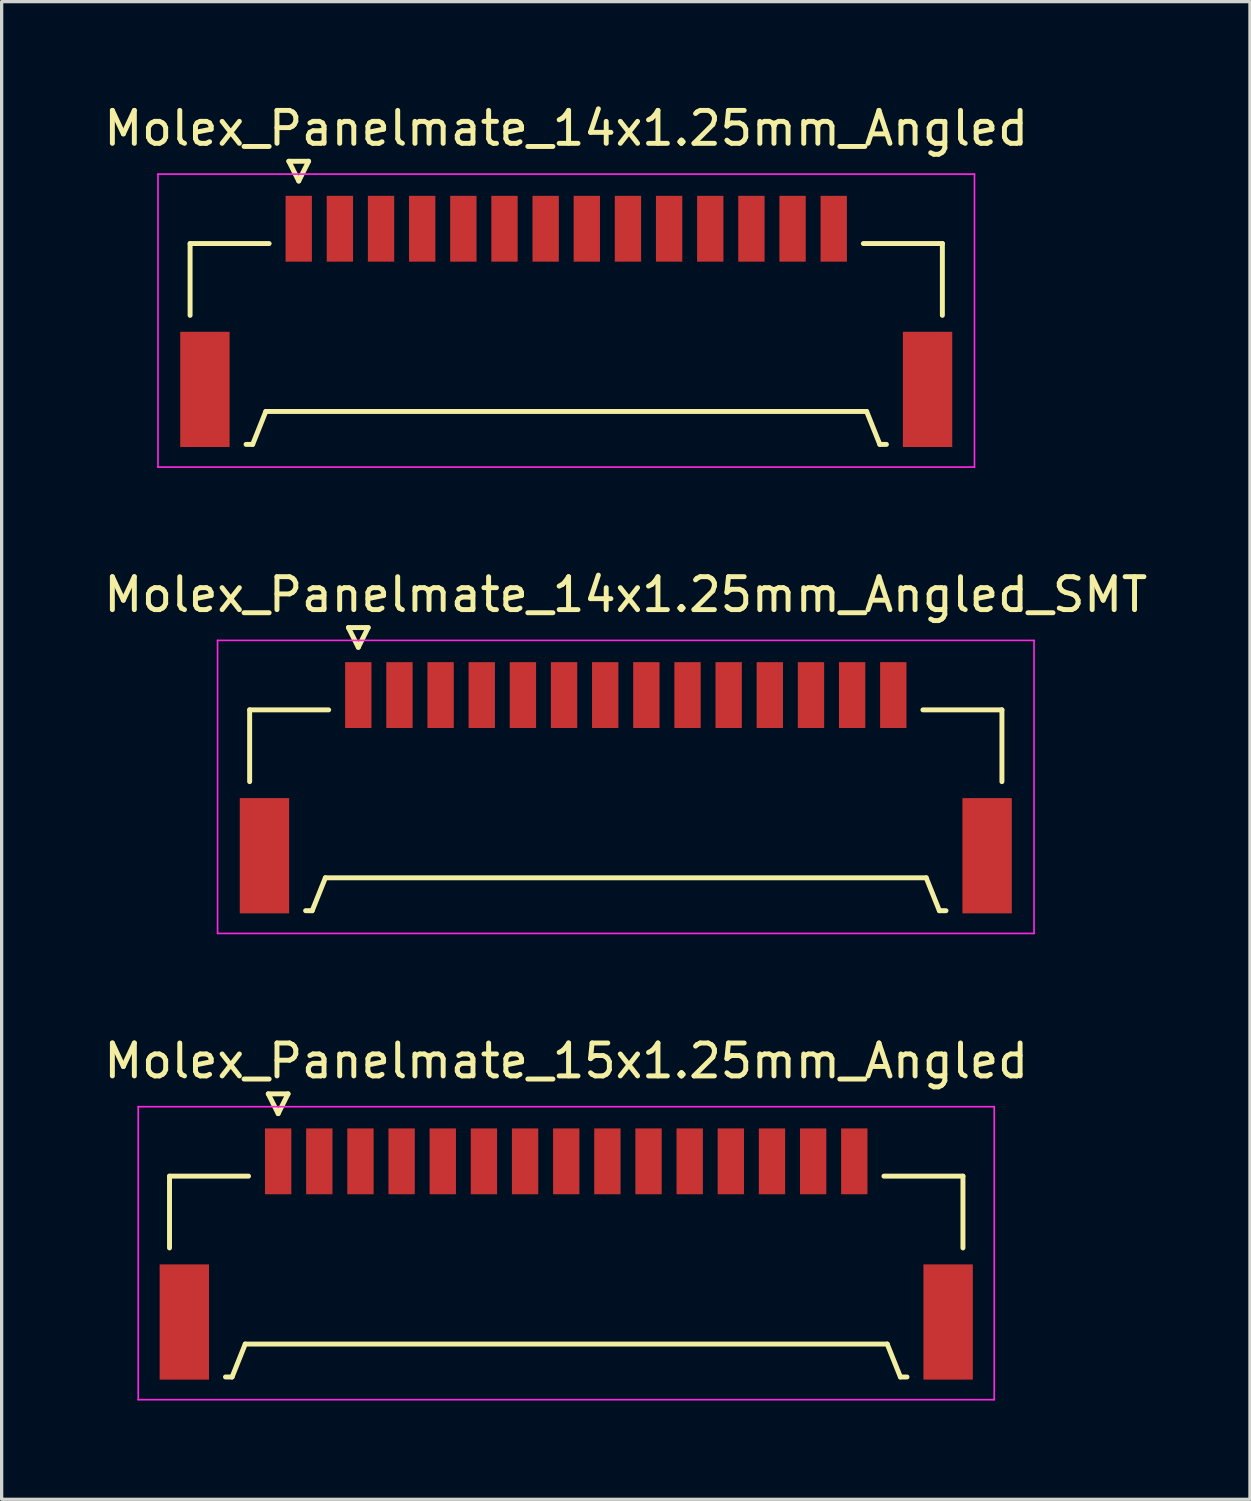
<source format=kicad_pcb>
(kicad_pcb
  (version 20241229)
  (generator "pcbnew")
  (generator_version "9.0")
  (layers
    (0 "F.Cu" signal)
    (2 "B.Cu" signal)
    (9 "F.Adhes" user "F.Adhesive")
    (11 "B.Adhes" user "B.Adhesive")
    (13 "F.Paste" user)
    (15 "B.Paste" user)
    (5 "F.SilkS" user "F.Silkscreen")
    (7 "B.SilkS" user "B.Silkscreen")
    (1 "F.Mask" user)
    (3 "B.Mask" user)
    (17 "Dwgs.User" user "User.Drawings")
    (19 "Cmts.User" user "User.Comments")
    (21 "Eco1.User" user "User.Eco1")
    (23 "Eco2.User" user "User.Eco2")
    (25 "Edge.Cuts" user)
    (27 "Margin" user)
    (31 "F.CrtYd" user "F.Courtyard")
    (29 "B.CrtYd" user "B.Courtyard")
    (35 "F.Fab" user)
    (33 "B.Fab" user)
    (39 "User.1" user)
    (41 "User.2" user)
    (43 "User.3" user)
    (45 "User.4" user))
  (footprint "Molex_Panelmate_15x1.25mm_Angled"
    (layer "F.Cu")
    (at 14.149 34.665)
    (property "Reference" "Molex_Panelmate_15x1.25mm_Angled" (at 0 -5.49 0) (layer "F.SilkS") (effects (font (size 1 1) (thickness 0.15))))
    (attr smd)
    (fp_line (start -12.05 -1.99) (end -12.05 0.19) (stroke (width 0.15) (type solid)) (layer "F.SilkS"))
    (fp_line (start -10.35 4.11) (end -10.15 4.11) (stroke (width 0.15) (type solid)) (layer "F.SilkS"))
    (fp_line (start -10.15 4.11) (end -9.75 3.11) (stroke (width 0.15) (type solid)) (layer "F.SilkS"))
    (fp_line (start -9.75 3.11) (end 9.75 3.11) (stroke (width 0.15) (type solid)) (layer "F.SilkS"))
    (fp_line (start -9.65 -1.99) (end -12.05 -1.99) (stroke (width 0.15) (type solid)) (layer "F.SilkS"))
    (fp_line (start -9.05 -4.49) (end -8.75 -3.89) (stroke (width 0.15) (type solid)) (layer "F.SilkS"))
    (fp_line (start -8.75 -3.89) (end -8.45 -4.49) (stroke (width 0.15) (type solid)) (layer "F.SilkS"))
    (fp_line (start -8.45 -4.49) (end -9.05 -4.49) (stroke (width 0.15) (type solid)) (layer "F.SilkS"))
    (fp_line (start 9.65 -1.99) (end 12.05 -1.99) (stroke (width 0.15) (type solid)) (layer "F.SilkS"))
    (fp_line (start 9.75 3.11) (end 10.15 4.11) (stroke (width 0.15) (type solid)) (layer "F.SilkS"))
    (fp_line (start 10.15 4.11) (end 10.35 4.11) (stroke (width 0.15) (type solid)) (layer "F.SilkS"))
    (fp_line (start 12.05 -1.99) (end 12.05 0.19) (stroke (width 0.15) (type solid)) (layer "F.SilkS"))
    (fp_line (start -13 -4.1) (end -13 4.8) (stroke (width 0.05) (type solid)) (layer "F.CrtYd"))
    (fp_line (start -13 4.8) (end 13 4.8) (stroke (width 0.05) (type solid)) (layer "F.CrtYd"))
    (fp_line (start 13 -4.1) (end -13 -4.1) (stroke (width 0.05) (type solid)) (layer "F.CrtYd"))
    (fp_line (start 13 4.8) (end 13 -4.1) (stroke (width 0.05) (type solid)) (layer "F.CrtYd"))
    (pad "" smd rect (at -11.6 2.44) (size 1.5 3.5) (layers "F.Cu" "F.Mask" "F.Paste"))
    (pad "" smd rect (at 11.6 2.44) (size 1.5 3.5) (layers "F.Cu" "F.Mask" "F.Paste"))
    (pad "1" smd rect (at -8.75 -2.44) (size 0.8 2) (layers "F.Cu" "F.Mask" "F.Paste"))
    (pad "2" smd rect (at -7.5 -2.44) (size 0.8 2) (layers "F.Cu" "F.Mask" "F.Paste"))
    (pad "3" smd rect (at -6.25 -2.44) (size 0.8 2) (layers "F.Cu" "F.Mask" "F.Paste"))
    (pad "4" smd rect (at -5 -2.44) (size 0.8 2) (layers "F.Cu" "F.Mask" "F.Paste"))
    (pad "5" smd rect (at -3.75 -2.44) (size 0.8 2) (layers "F.Cu" "F.Mask" "F.Paste"))
    (pad "6" smd rect (at -2.5 -2.44) (size 0.8 2) (layers "F.Cu" "F.Mask" "F.Paste"))
    (pad "7" smd rect (at -1.25 -2.44) (size 0.8 2) (layers "F.Cu" "F.Mask" "F.Paste"))
    (pad "8" smd rect (at 0 -2.44) (size 0.8 2) (layers "F.Cu" "F.Mask" "F.Paste"))
    (pad "9" smd rect (at 1.25 -2.44) (size 0.8 2) (layers "F.Cu" "F.Mask" "F.Paste"))
    (pad "10" smd rect (at 2.5 -2.44) (size 0.8 2) (layers "F.Cu" "F.Mask" "F.Paste"))
    (pad "11" smd rect (at 3.75 -2.44) (size 0.8 2) (layers "F.Cu" "F.Mask" "F.Paste"))
    (pad "12" smd rect (at 5 -2.44) (size 0.8 2) (layers "F.Cu" "F.Mask" "F.Paste"))
    (pad "13" smd rect (at 6.25 -2.44) (size 0.8 2) (layers "F.Cu" "F.Mask" "F.Paste"))
    (pad "14" smd rect (at 7.5 -2.44) (size 0.8 2) (layers "F.Cu" "F.Mask" "F.Paste"))
    (pad "15" smd rect (at 8.75 -2.44) (size 0.8 2) (layers "F.Cu" "F.Mask" "F.Paste")))
  (footprint "Molex_Panelmate_14x1.25mm_Angled_SMT"
    (layer "F.Cu")
    (at 15.958 20.502)
    (property "Reference" "Molex_Panelmate_14x1.25mm_Angled_SMT" (at 0 -5.49 0) (layer "F.SilkS") (effects (font (size 1 1) (thickness 0.15))))
    (attr smd)
    (fp_line (start -11.425 -1.99) (end -11.425 0.19) (stroke (width 0.15) (type solid)) (layer "F.SilkS"))
    (fp_line (start -9.725 4.11) (end -9.525 4.11) (stroke (width 0.15) (type solid)) (layer "F.SilkS"))
    (fp_line (start -9.525 4.11) (end -9.125 3.11) (stroke (width 0.15) (type solid)) (layer "F.SilkS"))
    (fp_line (start -9.125 3.11) (end 9.125 3.11) (stroke (width 0.15) (type solid)) (layer "F.SilkS"))
    (fp_line (start -9.025 -1.99) (end -11.425 -1.99) (stroke (width 0.15) (type solid)) (layer "F.SilkS"))
    (fp_line (start -8.425 -4.49) (end -8.125 -3.89) (stroke (width 0.15) (type solid)) (layer "F.SilkS"))
    (fp_line (start -8.125 -3.89) (end -7.825 -4.49) (stroke (width 0.15) (type solid)) (layer "F.SilkS"))
    (fp_line (start -7.825 -4.49) (end -8.425 -4.49) (stroke (width 0.15) (type solid)) (layer "F.SilkS"))
    (fp_line (start 9.025 -1.99) (end 11.425 -1.99) (stroke (width 0.15) (type solid)) (layer "F.SilkS"))
    (fp_line (start 9.125 3.11) (end 9.525 4.11) (stroke (width 0.15) (type solid)) (layer "F.SilkS"))
    (fp_line (start 9.525 4.11) (end 9.725 4.11) (stroke (width 0.15) (type solid)) (layer "F.SilkS"))
    (fp_line (start 11.425 -1.99) (end 11.425 0.19) (stroke (width 0.15) (type solid)) (layer "F.SilkS"))
    (fp_line (start -12.4 -4.1) (end -12.4 4.8) (stroke (width 0.05) (type solid)) (layer "F.CrtYd"))
    (fp_line (start -12.4 4.8) (end 12.4 4.8) (stroke (width 0.05) (type solid)) (layer "F.CrtYd"))
    (fp_line (start 12.4 -4.1) (end -12.4 -4.1) (stroke (width 0.05) (type solid)) (layer "F.CrtYd"))
    (fp_line (start 12.4 4.8) (end 12.4 -4.1) (stroke (width 0.05) (type solid)) (layer "F.CrtYd"))
    (pad "" smd rect (at -10.975 2.44) (size 1.5 3.5) (layers "F.Cu" "F.Mask" "F.Paste"))
    (pad "" smd rect (at 10.975 2.44) (size 1.5 3.5) (layers "F.Cu" "F.Mask" "F.Paste"))
    (pad "1" smd rect (at -8.125 -2.44) (size 0.8 2) (layers "F.Cu" "F.Mask" "F.Paste"))
    (pad "2" smd rect (at -6.875 -2.44) (size 0.8 2) (layers "F.Cu" "F.Mask" "F.Paste"))
    (pad "3" smd rect (at -5.625 -2.44) (size 0.8 2) (layers "F.Cu" "F.Mask" "F.Paste"))
    (pad "4" smd rect (at -4.375 -2.44) (size 0.8 2) (layers "F.Cu" "F.Mask" "F.Paste"))
    (pad "5" smd rect (at -3.125 -2.44) (size 0.8 2) (layers "F.Cu" "F.Mask" "F.Paste"))
    (pad "6" smd rect (at -1.875 -2.44) (size 0.8 2) (layers "F.Cu" "F.Mask" "F.Paste"))
    (pad "7" smd rect (at -0.625 -2.44) (size 0.8 2) (layers "F.Cu" "F.Mask" "F.Paste"))
    (pad "8" smd rect (at 0.625 -2.44) (size 0.8 2) (layers "F.Cu" "F.Mask" "F.Paste"))
    (pad "9" smd rect (at 1.875 -2.44) (size 0.8 2) (layers "F.Cu" "F.Mask" "F.Paste"))
    (pad "10" smd rect (at 3.125 -2.44) (size 0.8 2) (layers "F.Cu" "F.Mask" "F.Paste"))
    (pad "11" smd rect (at 4.375 -2.44) (size 0.8 2) (layers "F.Cu" "F.Mask" "F.Paste"))
    (pad "12" smd rect (at 5.625 -2.44) (size 0.8 2) (layers "F.Cu" "F.Mask" "F.Paste"))
    (pad "13" smd rect (at 6.875 -2.44) (size 0.8 2) (layers "F.Cu" "F.Mask" "F.Paste"))
    (pad "14" smd rect (at 8.125 -2.44) (size 0.8 2) (layers "F.Cu" "F.Mask" "F.Paste")))
  (footprint "Molex_Panelmate_14x1.25mm_Angled"
    (layer "F.Cu")
    (at 14.149 6.338)
    (property "Reference" "Molex_Panelmate_14x1.25mm_Angled" (at 0 -5.49 0) (layer "F.SilkS") (effects (font (size 1 1) (thickness 0.15))))
    (attr smd)
    (fp_line (start -11.425 -1.99) (end -11.425 0.19) (stroke (width 0.15) (type solid)) (layer "F.SilkS"))
    (fp_line (start -9.725 4.11) (end -9.525 4.11) (stroke (width 0.15) (type solid)) (layer "F.SilkS"))
    (fp_line (start -9.525 4.11) (end -9.125 3.11) (stroke (width 0.15) (type solid)) (layer "F.SilkS"))
    (fp_line (start -9.125 3.11) (end 9.125 3.11) (stroke (width 0.15) (type solid)) (layer "F.SilkS"))
    (fp_line (start -9.025 -1.99) (end -11.425 -1.99) (stroke (width 0.15) (type solid)) (layer "F.SilkS"))
    (fp_line (start -8.425 -4.49) (end -8.125 -3.89) (stroke (width 0.15) (type solid)) (layer "F.SilkS"))
    (fp_line (start -8.125 -3.89) (end -7.825 -4.49) (stroke (width 0.15) (type solid)) (layer "F.SilkS"))
    (fp_line (start -7.825 -4.49) (end -8.425 -4.49) (stroke (width 0.15) (type solid)) (layer "F.SilkS"))
    (fp_line (start 9.025 -1.99) (end 11.425 -1.99) (stroke (width 0.15) (type solid)) (layer "F.SilkS"))
    (fp_line (start 9.125 3.11) (end 9.525 4.11) (stroke (width 0.15) (type solid)) (layer "F.SilkS"))
    (fp_line (start 9.525 4.11) (end 9.725 4.11) (stroke (width 0.15) (type solid)) (layer "F.SilkS"))
    (fp_line (start 11.425 -1.99) (end 11.425 0.19) (stroke (width 0.15) (type solid)) (layer "F.SilkS"))
    (fp_line (start -12.4 -4.1) (end -12.4 4.8) (stroke (width 0.05) (type solid)) (layer "F.CrtYd"))
    (fp_line (start -12.4 4.8) (end 12.4 4.8) (stroke (width 0.05) (type solid)) (layer "F.CrtYd"))
    (fp_line (start 12.4 -4.1) (end -12.4 -4.1) (stroke (width 0.05) (type solid)) (layer "F.CrtYd"))
    (fp_line (start 12.4 4.8) (end 12.4 -4.1) (stroke (width 0.05) (type solid)) (layer "F.CrtYd"))
    (pad "" smd rect (at -10.975 2.44) (size 1.5 3.5) (layers "F.Cu" "F.Mask" "F.Paste"))
    (pad "" smd rect (at 10.975 2.44) (size 1.5 3.5) (layers "F.Cu" "F.Mask" "F.Paste"))
    (pad "1" smd rect (at -8.125 -2.44) (size 0.8 2) (layers "F.Cu" "F.Mask" "F.Paste"))
    (pad "2" smd rect (at -6.875 -2.44) (size 0.8 2) (layers "F.Cu" "F.Mask" "F.Paste"))
    (pad "3" smd rect (at -5.625 -2.44) (size 0.8 2) (layers "F.Cu" "F.Mask" "F.Paste"))
    (pad "4" smd rect (at -4.375 -2.44) (size 0.8 2) (layers "F.Cu" "F.Mask" "F.Paste"))
    (pad "5" smd rect (at -3.125 -2.44) (size 0.8 2) (layers "F.Cu" "F.Mask" "F.Paste"))
    (pad "6" smd rect (at -1.875 -2.44) (size 0.8 2) (layers "F.Cu" "F.Mask" "F.Paste"))
    (pad "7" smd rect (at -0.625 -2.44) (size 0.8 2) (layers "F.Cu" "F.Mask" "F.Paste"))
    (pad "8" smd rect (at 0.625 -2.44) (size 0.8 2) (layers "F.Cu" "F.Mask" "F.Paste"))
    (pad "9" smd rect (at 1.875 -2.44) (size 0.8 2) (layers "F.Cu" "F.Mask" "F.Paste"))
    (pad "10" smd rect (at 3.125 -2.44) (size 0.8 2) (layers "F.Cu" "F.Mask" "F.Paste"))
    (pad "11" smd rect (at 4.375 -2.44) (size 0.8 2) (layers "F.Cu" "F.Mask" "F.Paste"))
    (pad "12" smd rect (at 5.625 -2.44) (size 0.8 2) (layers "F.Cu" "F.Mask" "F.Paste"))
    (pad "13" smd rect (at 6.875 -2.44) (size 0.8 2) (layers "F.Cu" "F.Mask" "F.Paste"))
    (pad "14" smd rect (at 8.125 -2.44) (size 0.8 2) (layers "F.Cu" "F.Mask" "F.Paste")))
  (gr_rect
    (start -3 -3)
    (end 34.917 42.49)
    (stroke (width 0.1) (type default))
    (fill no)
    (layer "Edge.Cuts")))
</source>
